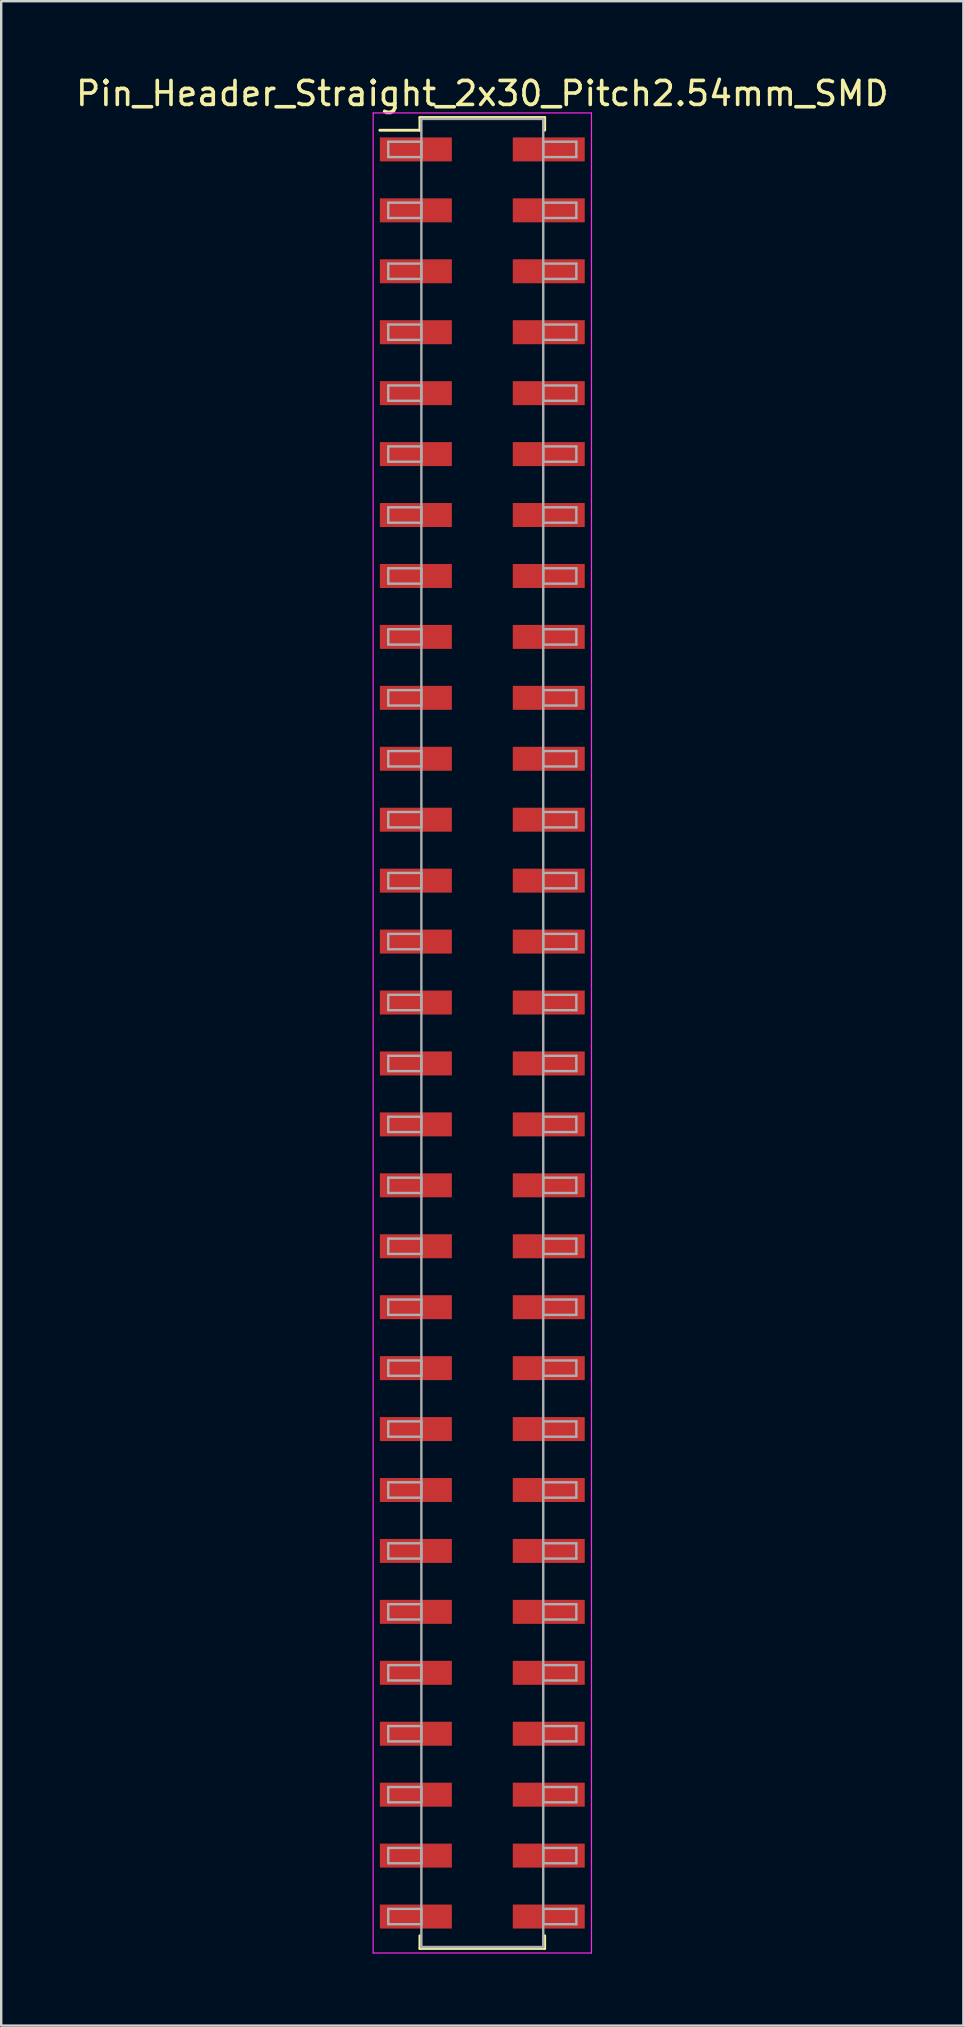
<source format=kicad_pcb>
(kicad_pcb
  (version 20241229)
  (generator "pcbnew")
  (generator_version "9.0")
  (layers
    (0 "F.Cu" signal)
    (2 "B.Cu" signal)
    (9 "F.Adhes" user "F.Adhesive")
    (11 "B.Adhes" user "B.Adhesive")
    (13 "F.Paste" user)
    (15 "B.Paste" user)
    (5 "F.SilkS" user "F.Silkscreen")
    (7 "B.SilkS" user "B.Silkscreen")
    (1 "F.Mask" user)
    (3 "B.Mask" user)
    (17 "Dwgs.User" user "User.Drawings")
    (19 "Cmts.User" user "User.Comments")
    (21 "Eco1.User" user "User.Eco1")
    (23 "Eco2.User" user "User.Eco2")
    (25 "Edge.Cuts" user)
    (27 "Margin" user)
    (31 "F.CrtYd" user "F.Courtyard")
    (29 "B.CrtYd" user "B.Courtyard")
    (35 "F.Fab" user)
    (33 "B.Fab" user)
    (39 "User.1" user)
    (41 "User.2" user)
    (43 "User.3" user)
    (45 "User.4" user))
  (footprint "Pin_Header_Straight_2x30_Pitch2.54mm_SMD"
    (layer "F.Cu")
    (at 17.054 40.008)
    (property "Reference" "Pin_Header_Straight_2x30_Pitch2.54mm_SMD" (at 0 -39.16 0) (layer "F.SilkS") (effects (font (size 1 1) (thickness 0.15))))
    (attr smd)
    (fp_line (start -4.27 -37.63) (end -2.6 -37.63) (stroke (width 0.12) (type solid)) (layer "F.SilkS"))
    (fp_line (start -2.6 -38.16) (end 2.6 -38.16) (stroke (width 0.12) (type solid)) (layer "F.SilkS"))
    (fp_line (start -2.6 -37.63) (end -2.6 -38.16) (stroke (width 0.12) (type solid)) (layer "F.SilkS"))
    (fp_line (start -2.6 37.63) (end -2.6 38.16) (stroke (width 0.12) (type solid)) (layer "F.SilkS"))
    (fp_line (start -2.6 38.16) (end 2.6 38.16) (stroke (width 0.12) (type solid)) (layer "F.SilkS"))
    (fp_line (start 2.6 -38.16) (end 2.6 -37.63) (stroke (width 0.12) (type solid)) (layer "F.SilkS"))
    (fp_line (start 2.6 38.16) (end 2.6 37.63) (stroke (width 0.12) (type solid)) (layer "F.SilkS"))
    (fp_line (start -4.55 -38.35) (end -4.55 38.35) (stroke (width 0.05) (type solid)) (layer "F.CrtYd"))
    (fp_line (start -4.55 38.35) (end 4.55 38.35) (stroke (width 0.05) (type solid)) (layer "F.CrtYd"))
    (fp_line (start 4.55 -38.35) (end -4.55 -38.35) (stroke (width 0.05) (type solid)) (layer "F.CrtYd"))
    (fp_line (start 4.55 38.35) (end 4.55 -38.35) (stroke (width 0.05) (type solid)) (layer "F.CrtYd"))
    (fp_line (start -3.92 -37.15) (end -2.54 -37.15) (stroke (width 0.1) (type solid)) (layer "F.Fab"))
    (fp_line (start -3.92 -36.51) (end -3.92 -37.15) (stroke (width 0.1) (type solid)) (layer "F.Fab"))
    (fp_line (start -3.92 -34.61) (end -2.54 -34.61) (stroke (width 0.1) (type solid)) (layer "F.Fab"))
    (fp_line (start -3.92 -33.97) (end -3.92 -34.61) (stroke (width 0.1) (type solid)) (layer "F.Fab"))
    (fp_line (start -3.92 -32.07) (end -2.54 -32.07) (stroke (width 0.1) (type solid)) (layer "F.Fab"))
    (fp_line (start -3.92 -31.43) (end -3.92 -32.07) (stroke (width 0.1) (type solid)) (layer "F.Fab"))
    (fp_line (start -3.92 -29.53) (end -2.54 -29.53) (stroke (width 0.1) (type solid)) (layer "F.Fab"))
    (fp_line (start -3.92 -28.89) (end -3.92 -29.53) (stroke (width 0.1) (type solid)) (layer "F.Fab"))
    (fp_line (start -3.92 -26.99) (end -2.54 -26.99) (stroke (width 0.1) (type solid)) (layer "F.Fab"))
    (fp_line (start -3.92 -26.35) (end -3.92 -26.99) (stroke (width 0.1) (type solid)) (layer "F.Fab"))
    (fp_line (start -3.92 -24.45) (end -2.54 -24.45) (stroke (width 0.1) (type solid)) (layer "F.Fab"))
    (fp_line (start -3.92 -23.81) (end -3.92 -24.45) (stroke (width 0.1) (type solid)) (layer "F.Fab"))
    (fp_line (start -3.92 -21.91) (end -2.54 -21.91) (stroke (width 0.1) (type solid)) (layer "F.Fab"))
    (fp_line (start -3.92 -21.27) (end -3.92 -21.91) (stroke (width 0.1) (type solid)) (layer "F.Fab"))
    (fp_line (start -3.92 -19.37) (end -2.54 -19.37) (stroke (width 0.1) (type solid)) (layer "F.Fab"))
    (fp_line (start -3.92 -18.73) (end -3.92 -19.37) (stroke (width 0.1) (type solid)) (layer "F.Fab"))
    (fp_line (start -3.92 -16.83) (end -2.54 -16.83) (stroke (width 0.1) (type solid)) (layer "F.Fab"))
    (fp_line (start -3.92 -16.19) (end -3.92 -16.83) (stroke (width 0.1) (type solid)) (layer "F.Fab"))
    (fp_line (start -3.92 -14.29) (end -2.54 -14.29) (stroke (width 0.1) (type solid)) (layer "F.Fab"))
    (fp_line (start -3.92 -13.65) (end -3.92 -14.29) (stroke (width 0.1) (type solid)) (layer "F.Fab"))
    (fp_line (start -3.92 -11.75) (end -2.54 -11.75) (stroke (width 0.1) (type solid)) (layer "F.Fab"))
    (fp_line (start -3.92 -11.11) (end -3.92 -11.75) (stroke (width 0.1) (type solid)) (layer "F.Fab"))
    (fp_line (start -3.92 -9.21) (end -2.54 -9.21) (stroke (width 0.1) (type solid)) (layer "F.Fab"))
    (fp_line (start -3.92 -8.57) (end -3.92 -9.21) (stroke (width 0.1) (type solid)) (layer "F.Fab"))
    (fp_line (start -3.92 -6.67) (end -2.54 -6.67) (stroke (width 0.1) (type solid)) (layer "F.Fab"))
    (fp_line (start -3.92 -6.03) (end -3.92 -6.67) (stroke (width 0.1) (type solid)) (layer "F.Fab"))
    (fp_line (start -3.92 -4.13) (end -2.54 -4.13) (stroke (width 0.1) (type solid)) (layer "F.Fab"))
    (fp_line (start -3.92 -3.49) (end -3.92 -4.13) (stroke (width 0.1) (type solid)) (layer "F.Fab"))
    (fp_line (start -3.92 -1.59) (end -2.54 -1.59) (stroke (width 0.1) (type solid)) (layer "F.Fab"))
    (fp_line (start -3.92 -0.95) (end -3.92 -1.59) (stroke (width 0.1) (type solid)) (layer "F.Fab"))
    (fp_line (start -3.92 0.95) (end -2.54 0.95) (stroke (width 0.1) (type solid)) (layer "F.Fab"))
    (fp_line (start -3.92 1.59) (end -3.92 0.95) (stroke (width 0.1) (type solid)) (layer "F.Fab"))
    (fp_line (start -3.92 3.49) (end -2.54 3.49) (stroke (width 0.1) (type solid)) (layer "F.Fab"))
    (fp_line (start -3.92 4.13) (end -3.92 3.49) (stroke (width 0.1) (type solid)) (layer "F.Fab"))
    (fp_line (start -3.92 6.03) (end -2.54 6.03) (stroke (width 0.1) (type solid)) (layer "F.Fab"))
    (fp_line (start -3.92 6.67) (end -3.92 6.03) (stroke (width 0.1) (type solid)) (layer "F.Fab"))
    (fp_line (start -3.92 8.57) (end -2.54 8.57) (stroke (width 0.1) (type solid)) (layer "F.Fab"))
    (fp_line (start -3.92 9.21) (end -3.92 8.57) (stroke (width 0.1) (type solid)) (layer "F.Fab"))
    (fp_line (start -3.92 11.11) (end -2.54 11.11) (stroke (width 0.1) (type solid)) (layer "F.Fab"))
    (fp_line (start -3.92 11.75) (end -3.92 11.11) (stroke (width 0.1) (type solid)) (layer "F.Fab"))
    (fp_line (start -3.92 13.65) (end -2.54 13.65) (stroke (width 0.1) (type solid)) (layer "F.Fab"))
    (fp_line (start -3.92 14.29) (end -3.92 13.65) (stroke (width 0.1) (type solid)) (layer "F.Fab"))
    (fp_line (start -3.92 16.19) (end -2.54 16.19) (stroke (width 0.1) (type solid)) (layer "F.Fab"))
    (fp_line (start -3.92 16.83) (end -3.92 16.19) (stroke (width 0.1) (type solid)) (layer "F.Fab"))
    (fp_line (start -3.92 18.73) (end -2.54 18.73) (stroke (width 0.1) (type solid)) (layer "F.Fab"))
    (fp_line (start -3.92 19.37) (end -3.92 18.73) (stroke (width 0.1) (type solid)) (layer "F.Fab"))
    (fp_line (start -3.92 21.27) (end -2.54 21.27) (stroke (width 0.1) (type solid)) (layer "F.Fab"))
    (fp_line (start -3.92 21.91) (end -3.92 21.27) (stroke (width 0.1) (type solid)) (layer "F.Fab"))
    (fp_line (start -3.92 23.81) (end -2.54 23.81) (stroke (width 0.1) (type solid)) (layer "F.Fab"))
    (fp_line (start -3.92 24.45) (end -3.92 23.81) (stroke (width 0.1) (type solid)) (layer "F.Fab"))
    (fp_line (start -3.92 26.35) (end -2.54 26.35) (stroke (width 0.1) (type solid)) (layer "F.Fab"))
    (fp_line (start -3.92 26.99) (end -3.92 26.35) (stroke (width 0.1) (type solid)) (layer "F.Fab"))
    (fp_line (start -3.92 28.89) (end -2.54 28.89) (stroke (width 0.1) (type solid)) (layer "F.Fab"))
    (fp_line (start -3.92 29.53) (end -3.92 28.89) (stroke (width 0.1) (type solid)) (layer "F.Fab"))
    (fp_line (start -3.92 31.43) (end -2.54 31.43) (stroke (width 0.1) (type solid)) (layer "F.Fab"))
    (fp_line (start -3.92 32.07) (end -3.92 31.43) (stroke (width 0.1) (type solid)) (layer "F.Fab"))
    (fp_line (start -3.92 33.97) (end -2.54 33.97) (stroke (width 0.1) (type solid)) (layer "F.Fab"))
    (fp_line (start -3.92 34.61) (end -3.92 33.97) (stroke (width 0.1) (type solid)) (layer "F.Fab"))
    (fp_line (start -3.92 36.51) (end -2.54 36.51) (stroke (width 0.1) (type solid)) (layer "F.Fab"))
    (fp_line (start -3.92 37.15) (end -3.92 36.51) (stroke (width 0.1) (type solid)) (layer "F.Fab"))
    (fp_line (start -2.54 -38.1) (end -2.54 38.1) (stroke (width 0.1) (type solid)) (layer "F.Fab"))
    (fp_line (start -2.54 -37.15) (end -2.54 -36.51) (stroke (width 0.1) (type solid)) (layer "F.Fab"))
    (fp_line (start -2.54 -36.51) (end -3.92 -36.51) (stroke (width 0.1) (type solid)) (layer "F.Fab"))
    (fp_line (start -2.54 -34.61) (end -2.54 -33.97) (stroke (width 0.1) (type solid)) (layer "F.Fab"))
    (fp_line (start -2.54 -33.97) (end -3.92 -33.97) (stroke (width 0.1) (type solid)) (layer "F.Fab"))
    (fp_line (start -2.54 -32.07) (end -2.54 -31.43) (stroke (width 0.1) (type solid)) (layer "F.Fab"))
    (fp_line (start -2.54 -31.43) (end -3.92 -31.43) (stroke (width 0.1) (type solid)) (layer "F.Fab"))
    (fp_line (start -2.54 -29.53) (end -2.54 -28.89) (stroke (width 0.1) (type solid)) (layer "F.Fab"))
    (fp_line (start -2.54 -28.89) (end -3.92 -28.89) (stroke (width 0.1) (type solid)) (layer "F.Fab"))
    (fp_line (start -2.54 -26.99) (end -2.54 -26.35) (stroke (width 0.1) (type solid)) (layer "F.Fab"))
    (fp_line (start -2.54 -26.35) (end -3.92 -26.35) (stroke (width 0.1) (type solid)) (layer "F.Fab"))
    (fp_line (start -2.54 -24.45) (end -2.54 -23.81) (stroke (width 0.1) (type solid)) (layer "F.Fab"))
    (fp_line (start -2.54 -23.81) (end -3.92 -23.81) (stroke (width 0.1) (type solid)) (layer "F.Fab"))
    (fp_line (start -2.54 -21.91) (end -2.54 -21.27) (stroke (width 0.1) (type solid)) (layer "F.Fab"))
    (fp_line (start -2.54 -21.27) (end -3.92 -21.27) (stroke (width 0.1) (type solid)) (layer "F.Fab"))
    (fp_line (start -2.54 -19.37) (end -2.54 -18.73) (stroke (width 0.1) (type solid)) (layer "F.Fab"))
    (fp_line (start -2.54 -18.73) (end -3.92 -18.73) (stroke (width 0.1) (type solid)) (layer "F.Fab"))
    (fp_line (start -2.54 -16.83) (end -2.54 -16.19) (stroke (width 0.1) (type solid)) (layer "F.Fab"))
    (fp_line (start -2.54 -16.19) (end -3.92 -16.19) (stroke (width 0.1) (type solid)) (layer "F.Fab"))
    (fp_line (start -2.54 -14.29) (end -2.54 -13.65) (stroke (width 0.1) (type solid)) (layer "F.Fab"))
    (fp_line (start -2.54 -13.65) (end -3.92 -13.65) (stroke (width 0.1) (type solid)) (layer "F.Fab"))
    (fp_line (start -2.54 -11.75) (end -2.54 -11.11) (stroke (width 0.1) (type solid)) (layer "F.Fab"))
    (fp_line (start -2.54 -11.11) (end -3.92 -11.11) (stroke (width 0.1) (type solid)) (layer "F.Fab"))
    (fp_line (start -2.54 -9.21) (end -2.54 -8.57) (stroke (width 0.1) (type solid)) (layer "F.Fab"))
    (fp_line (start -2.54 -8.57) (end -3.92 -8.57) (stroke (width 0.1) (type solid)) (layer "F.Fab"))
    (fp_line (start -2.54 -6.67) (end -2.54 -6.03) (stroke (width 0.1) (type solid)) (layer "F.Fab"))
    (fp_line (start -2.54 -6.03) (end -3.92 -6.03) (stroke (width 0.1) (type solid)) (layer "F.Fab"))
    (fp_line (start -2.54 -4.13) (end -2.54 -3.49) (stroke (width 0.1) (type solid)) (layer "F.Fab"))
    (fp_line (start -2.54 -3.49) (end -3.92 -3.49) (stroke (width 0.1) (type solid)) (layer "F.Fab"))
    (fp_line (start -2.54 -1.59) (end -2.54 -0.95) (stroke (width 0.1) (type solid)) (layer "F.Fab"))
    (fp_line (start -2.54 -0.95) (end -3.92 -0.95) (stroke (width 0.1) (type solid)) (layer "F.Fab"))
    (fp_line (start -2.54 0.95) (end -2.54 1.59) (stroke (width 0.1) (type solid)) (layer "F.Fab"))
    (fp_line (start -2.54 1.59) (end -3.92 1.59) (stroke (width 0.1) (type solid)) (layer "F.Fab"))
    (fp_line (start -2.54 3.49) (end -2.54 4.13) (stroke (width 0.1) (type solid)) (layer "F.Fab"))
    (fp_line (start -2.54 4.13) (end -3.92 4.13) (stroke (width 0.1) (type solid)) (layer "F.Fab"))
    (fp_line (start -2.54 6.03) (end -2.54 6.67) (stroke (width 0.1) (type solid)) (layer "F.Fab"))
    (fp_line (start -2.54 6.67) (end -3.92 6.67) (stroke (width 0.1) (type solid)) (layer "F.Fab"))
    (fp_line (start -2.54 8.57) (end -2.54 9.21) (stroke (width 0.1) (type solid)) (layer "F.Fab"))
    (fp_line (start -2.54 9.21) (end -3.92 9.21) (stroke (width 0.1) (type solid)) (layer "F.Fab"))
    (fp_line (start -2.54 11.11) (end -2.54 11.75) (stroke (width 0.1) (type solid)) (layer "F.Fab"))
    (fp_line (start -2.54 11.75) (end -3.92 11.75) (stroke (width 0.1) (type solid)) (layer "F.Fab"))
    (fp_line (start -2.54 13.65) (end -2.54 14.29) (stroke (width 0.1) (type solid)) (layer "F.Fab"))
    (fp_line (start -2.54 14.29) (end -3.92 14.29) (stroke (width 0.1) (type solid)) (layer "F.Fab"))
    (fp_line (start -2.54 16.19) (end -2.54 16.83) (stroke (width 0.1) (type solid)) (layer "F.Fab"))
    (fp_line (start -2.54 16.83) (end -3.92 16.83) (stroke (width 0.1) (type solid)) (layer "F.Fab"))
    (fp_line (start -2.54 18.73) (end -2.54 19.37) (stroke (width 0.1) (type solid)) (layer "F.Fab"))
    (fp_line (start -2.54 19.37) (end -3.92 19.37) (stroke (width 0.1) (type solid)) (layer "F.Fab"))
    (fp_line (start -2.54 21.27) (end -2.54 21.91) (stroke (width 0.1) (type solid)) (layer "F.Fab"))
    (fp_line (start -2.54 21.91) (end -3.92 21.91) (stroke (width 0.1) (type solid)) (layer "F.Fab"))
    (fp_line (start -2.54 23.81) (end -2.54 24.45) (stroke (width 0.1) (type solid)) (layer "F.Fab"))
    (fp_line (start -2.54 24.45) (end -3.92 24.45) (stroke (width 0.1) (type solid)) (layer "F.Fab"))
    (fp_line (start -2.54 26.35) (end -2.54 26.99) (stroke (width 0.1) (type solid)) (layer "F.Fab"))
    (fp_line (start -2.54 26.99) (end -3.92 26.99) (stroke (width 0.1) (type solid)) (layer "F.Fab"))
    (fp_line (start -2.54 28.89) (end -2.54 29.53) (stroke (width 0.1) (type solid)) (layer "F.Fab"))
    (fp_line (start -2.54 29.53) (end -3.92 29.53) (stroke (width 0.1) (type solid)) (layer "F.Fab"))
    (fp_line (start -2.54 31.43) (end -2.54 32.07) (stroke (width 0.1) (type solid)) (layer "F.Fab"))
    (fp_line (start -2.54 32.07) (end -3.92 32.07) (stroke (width 0.1) (type solid)) (layer "F.Fab"))
    (fp_line (start -2.54 33.97) (end -2.54 34.61) (stroke (width 0.1) (type solid)) (layer "F.Fab"))
    (fp_line (start -2.54 34.61) (end -3.92 34.61) (stroke (width 0.1) (type solid)) (layer "F.Fab"))
    (fp_line (start -2.54 36.51) (end -2.54 37.15) (stroke (width 0.1) (type solid)) (layer "F.Fab"))
    (fp_line (start -2.54 37.15) (end -3.92 37.15) (stroke (width 0.1) (type solid)) (layer "F.Fab"))
    (fp_line (start -2.54 38.1) (end 2.54 38.1) (stroke (width 0.1) (type solid)) (layer "F.Fab"))
    (fp_line (start 2.54 -38.1) (end -2.54 -38.1) (stroke (width 0.1) (type solid)) (layer "F.Fab"))
    (fp_line (start 2.54 -37.15) (end 2.54 -36.51) (stroke (width 0.1) (type solid)) (layer "F.Fab"))
    (fp_line (start 2.54 -36.51) (end 3.92 -36.51) (stroke (width 0.1) (type solid)) (layer "F.Fab"))
    (fp_line (start 2.54 -34.61) (end 2.54 -33.97) (stroke (width 0.1) (type solid)) (layer "F.Fab"))
    (fp_line (start 2.54 -33.97) (end 3.92 -33.97) (stroke (width 0.1) (type solid)) (layer "F.Fab"))
    (fp_line (start 2.54 -32.07) (end 2.54 -31.43) (stroke (width 0.1) (type solid)) (layer "F.Fab"))
    (fp_line (start 2.54 -31.43) (end 3.92 -31.43) (stroke (width 0.1) (type solid)) (layer "F.Fab"))
    (fp_line (start 2.54 -29.53) (end 2.54 -28.89) (stroke (width 0.1) (type solid)) (layer "F.Fab"))
    (fp_line (start 2.54 -28.89) (end 3.92 -28.89) (stroke (width 0.1) (type solid)) (layer "F.Fab"))
    (fp_line (start 2.54 -26.99) (end 2.54 -26.35) (stroke (width 0.1) (type solid)) (layer "F.Fab"))
    (fp_line (start 2.54 -26.35) (end 3.92 -26.35) (stroke (width 0.1) (type solid)) (layer "F.Fab"))
    (fp_line (start 2.54 -24.45) (end 2.54 -23.81) (stroke (width 0.1) (type solid)) (layer "F.Fab"))
    (fp_line (start 2.54 -23.81) (end 3.92 -23.81) (stroke (width 0.1) (type solid)) (layer "F.Fab"))
    (fp_line (start 2.54 -21.91) (end 2.54 -21.27) (stroke (width 0.1) (type solid)) (layer "F.Fab"))
    (fp_line (start 2.54 -21.27) (end 3.92 -21.27) (stroke (width 0.1) (type solid)) (layer "F.Fab"))
    (fp_line (start 2.54 -19.37) (end 2.54 -18.73) (stroke (width 0.1) (type solid)) (layer "F.Fab"))
    (fp_line (start 2.54 -18.73) (end 3.92 -18.73) (stroke (width 0.1) (type solid)) (layer "F.Fab"))
    (fp_line (start 2.54 -16.83) (end 2.54 -16.19) (stroke (width 0.1) (type solid)) (layer "F.Fab"))
    (fp_line (start 2.54 -16.19) (end 3.92 -16.19) (stroke (width 0.1) (type solid)) (layer "F.Fab"))
    (fp_line (start 2.54 -14.29) (end 2.54 -13.65) (stroke (width 0.1) (type solid)) (layer "F.Fab"))
    (fp_line (start 2.54 -13.65) (end 3.92 -13.65) (stroke (width 0.1) (type solid)) (layer "F.Fab"))
    (fp_line (start 2.54 -11.75) (end 2.54 -11.11) (stroke (width 0.1) (type solid)) (layer "F.Fab"))
    (fp_line (start 2.54 -11.11) (end 3.92 -11.11) (stroke (width 0.1) (type solid)) (layer "F.Fab"))
    (fp_line (start 2.54 -9.21) (end 2.54 -8.57) (stroke (width 0.1) (type solid)) (layer "F.Fab"))
    (fp_line (start 2.54 -8.57) (end 3.92 -8.57) (stroke (width 0.1) (type solid)) (layer "F.Fab"))
    (fp_line (start 2.54 -6.67) (end 2.54 -6.03) (stroke (width 0.1) (type solid)) (layer "F.Fab"))
    (fp_line (start 2.54 -6.03) (end 3.92 -6.03) (stroke (width 0.1) (type solid)) (layer "F.Fab"))
    (fp_line (start 2.54 -4.13) (end 2.54 -3.49) (stroke (width 0.1) (type solid)) (layer "F.Fab"))
    (fp_line (start 2.54 -3.49) (end 3.92 -3.49) (stroke (width 0.1) (type solid)) (layer "F.Fab"))
    (fp_line (start 2.54 -1.59) (end 2.54 -0.95) (stroke (width 0.1) (type solid)) (layer "F.Fab"))
    (fp_line (start 2.54 -0.95) (end 3.92 -0.95) (stroke (width 0.1) (type solid)) (layer "F.Fab"))
    (fp_line (start 2.54 0.95) (end 2.54 1.59) (stroke (width 0.1) (type solid)) (layer "F.Fab"))
    (fp_line (start 2.54 1.59) (end 3.92 1.59) (stroke (width 0.1) (type solid)) (layer "F.Fab"))
    (fp_line (start 2.54 3.49) (end 2.54 4.13) (stroke (width 0.1) (type solid)) (layer "F.Fab"))
    (fp_line (start 2.54 4.13) (end 3.92 4.13) (stroke (width 0.1) (type solid)) (layer "F.Fab"))
    (fp_line (start 2.54 6.03) (end 2.54 6.67) (stroke (width 0.1) (type solid)) (layer "F.Fab"))
    (fp_line (start 2.54 6.67) (end 3.92 6.67) (stroke (width 0.1) (type solid)) (layer "F.Fab"))
    (fp_line (start 2.54 8.57) (end 2.54 9.21) (stroke (width 0.1) (type solid)) (layer "F.Fab"))
    (fp_line (start 2.54 9.21) (end 3.92 9.21) (stroke (width 0.1) (type solid)) (layer "F.Fab"))
    (fp_line (start 2.54 11.11) (end 2.54 11.75) (stroke (width 0.1) (type solid)) (layer "F.Fab"))
    (fp_line (start 2.54 11.75) (end 3.92 11.75) (stroke (width 0.1) (type solid)) (layer "F.Fab"))
    (fp_line (start 2.54 13.65) (end 2.54 14.29) (stroke (width 0.1) (type solid)) (layer "F.Fab"))
    (fp_line (start 2.54 14.29) (end 3.92 14.29) (stroke (width 0.1) (type solid)) (layer "F.Fab"))
    (fp_line (start 2.54 16.19) (end 2.54 16.83) (stroke (width 0.1) (type solid)) (layer "F.Fab"))
    (fp_line (start 2.54 16.83) (end 3.92 16.83) (stroke (width 0.1) (type solid)) (layer "F.Fab"))
    (fp_line (start 2.54 18.73) (end 2.54 19.37) (stroke (width 0.1) (type solid)) (layer "F.Fab"))
    (fp_line (start 2.54 19.37) (end 3.92 19.37) (stroke (width 0.1) (type solid)) (layer "F.Fab"))
    (fp_line (start 2.54 21.27) (end 2.54 21.91) (stroke (width 0.1) (type solid)) (layer "F.Fab"))
    (fp_line (start 2.54 21.91) (end 3.92 21.91) (stroke (width 0.1) (type solid)) (layer "F.Fab"))
    (fp_line (start 2.54 23.81) (end 2.54 24.45) (stroke (width 0.1) (type solid)) (layer "F.Fab"))
    (fp_line (start 2.54 24.45) (end 3.92 24.45) (stroke (width 0.1) (type solid)) (layer "F.Fab"))
    (fp_line (start 2.54 26.35) (end 2.54 26.99) (stroke (width 0.1) (type solid)) (layer "F.Fab"))
    (fp_line (start 2.54 26.99) (end 3.92 26.99) (stroke (width 0.1) (type solid)) (layer "F.Fab"))
    (fp_line (start 2.54 28.89) (end 2.54 29.53) (stroke (width 0.1) (type solid)) (layer "F.Fab"))
    (fp_line (start 2.54 29.53) (end 3.92 29.53) (stroke (width 0.1) (type solid)) (layer "F.Fab"))
    (fp_line (start 2.54 31.43) (end 2.54 32.07) (stroke (width 0.1) (type solid)) (layer "F.Fab"))
    (fp_line (start 2.54 32.07) (end 3.92 32.07) (stroke (width 0.1) (type solid)) (layer "F.Fab"))
    (fp_line (start 2.54 33.97) (end 2.54 34.61) (stroke (width 0.1) (type solid)) (layer "F.Fab"))
    (fp_line (start 2.54 34.61) (end 3.92 34.61) (stroke (width 0.1) (type solid)) (layer "F.Fab"))
    (fp_line (start 2.54 36.51) (end 2.54 37.15) (stroke (width 0.1) (type solid)) (layer "F.Fab"))
    (fp_line (start 2.54 37.15) (end 3.92 37.15) (stroke (width 0.1) (type solid)) (layer "F.Fab"))
    (fp_line (start 2.54 38.1) (end 2.54 -38.1) (stroke (width 0.1) (type solid)) (layer "F.Fab"))
    (fp_line (start 3.92 -37.15) (end 2.54 -37.15) (stroke (width 0.1) (type solid)) (layer "F.Fab"))
    (fp_line (start 3.92 -36.51) (end 3.92 -37.15) (stroke (width 0.1) (type solid)) (layer "F.Fab"))
    (fp_line (start 3.92 -34.61) (end 2.54 -34.61) (stroke (width 0.1) (type solid)) (layer "F.Fab"))
    (fp_line (start 3.92 -33.97) (end 3.92 -34.61) (stroke (width 0.1) (type solid)) (layer "F.Fab"))
    (fp_line (start 3.92 -32.07) (end 2.54 -32.07) (stroke (width 0.1) (type solid)) (layer "F.Fab"))
    (fp_line (start 3.92 -31.43) (end 3.92 -32.07) (stroke (width 0.1) (type solid)) (layer "F.Fab"))
    (fp_line (start 3.92 -29.53) (end 2.54 -29.53) (stroke (width 0.1) (type solid)) (layer "F.Fab"))
    (fp_line (start 3.92 -28.89) (end 3.92 -29.53) (stroke (width 0.1) (type solid)) (layer "F.Fab"))
    (fp_line (start 3.92 -26.99) (end 2.54 -26.99) (stroke (width 0.1) (type solid)) (layer "F.Fab"))
    (fp_line (start 3.92 -26.35) (end 3.92 -26.99) (stroke (width 0.1) (type solid)) (layer "F.Fab"))
    (fp_line (start 3.92 -24.45) (end 2.54 -24.45) (stroke (width 0.1) (type solid)) (layer "F.Fab"))
    (fp_line (start 3.92 -23.81) (end 3.92 -24.45) (stroke (width 0.1) (type solid)) (layer "F.Fab"))
    (fp_line (start 3.92 -21.91) (end 2.54 -21.91) (stroke (width 0.1) (type solid)) (layer "F.Fab"))
    (fp_line (start 3.92 -21.27) (end 3.92 -21.91) (stroke (width 0.1) (type solid)) (layer "F.Fab"))
    (fp_line (start 3.92 -19.37) (end 2.54 -19.37) (stroke (width 0.1) (type solid)) (layer "F.Fab"))
    (fp_line (start 3.92 -18.73) (end 3.92 -19.37) (stroke (width 0.1) (type solid)) (layer "F.Fab"))
    (fp_line (start 3.92 -16.83) (end 2.54 -16.83) (stroke (width 0.1) (type solid)) (layer "F.Fab"))
    (fp_line (start 3.92 -16.19) (end 3.92 -16.83) (stroke (width 0.1) (type solid)) (layer "F.Fab"))
    (fp_line (start 3.92 -14.29) (end 2.54 -14.29) (stroke (width 0.1) (type solid)) (layer "F.Fab"))
    (fp_line (start 3.92 -13.65) (end 3.92 -14.29) (stroke (width 0.1) (type solid)) (layer "F.Fab"))
    (fp_line (start 3.92 -11.75) (end 2.54 -11.75) (stroke (width 0.1) (type solid)) (layer "F.Fab"))
    (fp_line (start 3.92 -11.11) (end 3.92 -11.75) (stroke (width 0.1) (type solid)) (layer "F.Fab"))
    (fp_line (start 3.92 -9.21) (end 2.54 -9.21) (stroke (width 0.1) (type solid)) (layer "F.Fab"))
    (fp_line (start 3.92 -8.57) (end 3.92 -9.21) (stroke (width 0.1) (type solid)) (layer "F.Fab"))
    (fp_line (start 3.92 -6.67) (end 2.54 -6.67) (stroke (width 0.1) (type solid)) (layer "F.Fab"))
    (fp_line (start 3.92 -6.03) (end 3.92 -6.67) (stroke (width 0.1) (type solid)) (layer "F.Fab"))
    (fp_line (start 3.92 -4.13) (end 2.54 -4.13) (stroke (width 0.1) (type solid)) (layer "F.Fab"))
    (fp_line (start 3.92 -3.49) (end 3.92 -4.13) (stroke (width 0.1) (type solid)) (layer "F.Fab"))
    (fp_line (start 3.92 -1.59) (end 2.54 -1.59) (stroke (width 0.1) (type solid)) (layer "F.Fab"))
    (fp_line (start 3.92 -0.95) (end 3.92 -1.59) (stroke (width 0.1) (type solid)) (layer "F.Fab"))
    (fp_line (start 3.92 0.95) (end 2.54 0.95) (stroke (width 0.1) (type solid)) (layer "F.Fab"))
    (fp_line (start 3.92 1.59) (end 3.92 0.95) (stroke (width 0.1) (type solid)) (layer "F.Fab"))
    (fp_line (start 3.92 3.49) (end 2.54 3.49) (stroke (width 0.1) (type solid)) (layer "F.Fab"))
    (fp_line (start 3.92 4.13) (end 3.92 3.49) (stroke (width 0.1) (type solid)) (layer "F.Fab"))
    (fp_line (start 3.92 6.03) (end 2.54 6.03) (stroke (width 0.1) (type solid)) (layer "F.Fab"))
    (fp_line (start 3.92 6.67) (end 3.92 6.03) (stroke (width 0.1) (type solid)) (layer "F.Fab"))
    (fp_line (start 3.92 8.57) (end 2.54 8.57) (stroke (width 0.1) (type solid)) (layer "F.Fab"))
    (fp_line (start 3.92 9.21) (end 3.92 8.57) (stroke (width 0.1) (type solid)) (layer "F.Fab"))
    (fp_line (start 3.92 11.11) (end 2.54 11.11) (stroke (width 0.1) (type solid)) (layer "F.Fab"))
    (fp_line (start 3.92 11.75) (end 3.92 11.11) (stroke (width 0.1) (type solid)) (layer "F.Fab"))
    (fp_line (start 3.92 13.65) (end 2.54 13.65) (stroke (width 0.1) (type solid)) (layer "F.Fab"))
    (fp_line (start 3.92 14.29) (end 3.92 13.65) (stroke (width 0.1) (type solid)) (layer "F.Fab"))
    (fp_line (start 3.92 16.19) (end 2.54 16.19) (stroke (width 0.1) (type solid)) (layer "F.Fab"))
    (fp_line (start 3.92 16.83) (end 3.92 16.19) (stroke (width 0.1) (type solid)) (layer "F.Fab"))
    (fp_line (start 3.92 18.73) (end 2.54 18.73) (stroke (width 0.1) (type solid)) (layer "F.Fab"))
    (fp_line (start 3.92 19.37) (end 3.92 18.73) (stroke (width 0.1) (type solid)) (layer "F.Fab"))
    (fp_line (start 3.92 21.27) (end 2.54 21.27) (stroke (width 0.1) (type solid)) (layer "F.Fab"))
    (fp_line (start 3.92 21.91) (end 3.92 21.27) (stroke (width 0.1) (type solid)) (layer "F.Fab"))
    (fp_line (start 3.92 23.81) (end 2.54 23.81) (stroke (width 0.1) (type solid)) (layer "F.Fab"))
    (fp_line (start 3.92 24.45) (end 3.92 23.81) (stroke (width 0.1) (type solid)) (layer "F.Fab"))
    (fp_line (start 3.92 26.35) (end 2.54 26.35) (stroke (width 0.1) (type solid)) (layer "F.Fab"))
    (fp_line (start 3.92 26.99) (end 3.92 26.35) (stroke (width 0.1) (type solid)) (layer "F.Fab"))
    (fp_line (start 3.92 28.89) (end 2.54 28.89) (stroke (width 0.1) (type solid)) (layer "F.Fab"))
    (fp_line (start 3.92 29.53) (end 3.92 28.89) (stroke (width 0.1) (type solid)) (layer "F.Fab"))
    (fp_line (start 3.92 31.43) (end 2.54 31.43) (stroke (width 0.1) (type solid)) (layer "F.Fab"))
    (fp_line (start 3.92 32.07) (end 3.92 31.43) (stroke (width 0.1) (type solid)) (layer "F.Fab"))
    (fp_line (start 3.92 33.97) (end 2.54 33.97) (stroke (width 0.1) (type solid)) (layer "F.Fab"))
    (fp_line (start 3.92 34.61) (end 3.92 33.97) (stroke (width 0.1) (type solid)) (layer "F.Fab"))
    (fp_line (start 3.92 36.51) (end 2.54 36.51) (stroke (width 0.1) (type solid)) (layer "F.Fab"))
    (fp_line (start 3.92 37.15) (end 3.92 36.51) (stroke (width 0.1) (type solid)) (layer "F.Fab"))
    (pad "1" smd rect (at -2.77 -36.83) (size 3 1) (layers "F.Cu" "F.Mask"))
    (pad "2" smd rect (at 2.77 -36.83) (size 3 1) (layers "F.Cu" "F.Mask"))
    (pad "3" smd rect (at -2.77 -34.29) (size 3 1) (layers "F.Cu" "F.Mask"))
    (pad "4" smd rect (at 2.77 -34.29) (size 3 1) (layers "F.Cu" "F.Mask"))
    (pad "5" smd rect (at -2.77 -31.75) (size 3 1) (layers "F.Cu" "F.Mask"))
    (pad "6" smd rect (at 2.77 -31.75) (size 3 1) (layers "F.Cu" "F.Mask"))
    (pad "7" smd rect (at -2.77 -29.21) (size 3 1) (layers "F.Cu" "F.Mask"))
    (pad "8" smd rect (at 2.77 -29.21) (size 3 1) (layers "F.Cu" "F.Mask"))
    (pad "9" smd rect (at -2.77 -26.67) (size 3 1) (layers "F.Cu" "F.Mask"))
    (pad "10" smd rect (at 2.77 -26.67) (size 3 1) (layers "F.Cu" "F.Mask"))
    (pad "11" smd rect (at -2.77 -24.13) (size 3 1) (layers "F.Cu" "F.Mask"))
    (pad "12" smd rect (at 2.77 -24.13) (size 3 1) (layers "F.Cu" "F.Mask"))
    (pad "13" smd rect (at -2.77 -21.59) (size 3 1) (layers "F.Cu" "F.Mask"))
    (pad "14" smd rect (at 2.77 -21.59) (size 3 1) (layers "F.Cu" "F.Mask"))
    (pad "15" smd rect (at -2.77 -19.05) (size 3 1) (layers "F.Cu" "F.Mask"))
    (pad "16" smd rect (at 2.77 -19.05) (size 3 1) (layers "F.Cu" "F.Mask"))
    (pad "17" smd rect (at -2.77 -16.51) (size 3 1) (layers "F.Cu" "F.Mask"))
    (pad "18" smd rect (at 2.77 -16.51) (size 3 1) (layers "F.Cu" "F.Mask"))
    (pad "19" smd rect (at -2.77 -13.97) (size 3 1) (layers "F.Cu" "F.Mask"))
    (pad "20" smd rect (at 2.77 -13.97) (size 3 1) (layers "F.Cu" "F.Mask"))
    (pad "21" smd rect (at -2.77 -11.43) (size 3 1) (layers "F.Cu" "F.Mask"))
    (pad "22" smd rect (at 2.77 -11.43) (size 3 1) (layers "F.Cu" "F.Mask"))
    (pad "23" smd rect (at -2.77 -8.89) (size 3 1) (layers "F.Cu" "F.Mask"))
    (pad "24" smd rect (at 2.77 -8.89) (size 3 1) (layers "F.Cu" "F.Mask"))
    (pad "25" smd rect (at -2.77 -6.35) (size 3 1) (layers "F.Cu" "F.Mask"))
    (pad "26" smd rect (at 2.77 -6.35) (size 3 1) (layers "F.Cu" "F.Mask"))
    (pad "27" smd rect (at -2.77 -3.81) (size 3 1) (layers "F.Cu" "F.Mask"))
    (pad "28" smd rect (at 2.77 -3.81) (size 3 1) (layers "F.Cu" "F.Mask"))
    (pad "29" smd rect (at -2.77 -1.27) (size 3 1) (layers "F.Cu" "F.Mask"))
    (pad "30" smd rect (at 2.77 -1.27) (size 3 1) (layers "F.Cu" "F.Mask"))
    (pad "31" smd rect (at -2.77 1.27) (size 3 1) (layers "F.Cu" "F.Mask"))
    (pad "32" smd rect (at 2.77 1.27) (size 3 1) (layers "F.Cu" "F.Mask"))
    (pad "33" smd rect (at -2.77 3.81) (size 3 1) (layers "F.Cu" "F.Mask"))
    (pad "34" smd rect (at 2.77 3.81) (size 3 1) (layers "F.Cu" "F.Mask"))
    (pad "35" smd rect (at -2.77 6.35) (size 3 1) (layers "F.Cu" "F.Mask"))
    (pad "36" smd rect (at 2.77 6.35) (size 3 1) (layers "F.Cu" "F.Mask"))
    (pad "37" smd rect (at -2.77 8.89) (size 3 1) (layers "F.Cu" "F.Mask"))
    (pad "38" smd rect (at 2.77 8.89) (size 3 1) (layers "F.Cu" "F.Mask"))
    (pad "39" smd rect (at -2.77 11.43) (size 3 1) (layers "F.Cu" "F.Mask"))
    (pad "40" smd rect (at 2.77 11.43) (size 3 1) (layers "F.Cu" "F.Mask"))
    (pad "41" smd rect (at -2.77 13.97) (size 3 1) (layers "F.Cu" "F.Mask"))
    (pad "42" smd rect (at 2.77 13.97) (size 3 1) (layers "F.Cu" "F.Mask"))
    (pad "43" smd rect (at -2.77 16.51) (size 3 1) (layers "F.Cu" "F.Mask"))
    (pad "44" smd rect (at 2.77 16.51) (size 3 1) (layers "F.Cu" "F.Mask"))
    (pad "45" smd rect (at -2.77 19.05) (size 3 1) (layers "F.Cu" "F.Mask"))
    (pad "46" smd rect (at 2.77 19.05) (size 3 1) (layers "F.Cu" "F.Mask"))
    (pad "47" smd rect (at -2.77 21.59) (size 3 1) (layers "F.Cu" "F.Mask"))
    (pad "48" smd rect (at 2.77 21.59) (size 3 1) (layers "F.Cu" "F.Mask"))
    (pad "49" smd rect (at -2.77 24.13) (size 3 1) (layers "F.Cu" "F.Mask"))
    (pad "50" smd rect (at 2.77 24.13) (size 3 1) (layers "F.Cu" "F.Mask"))
    (pad "51" smd rect (at -2.77 26.67) (size 3 1) (layers "F.Cu" "F.Mask"))
    (pad "52" smd rect (at 2.77 26.67) (size 3 1) (layers "F.Cu" "F.Mask"))
    (pad "53" smd rect (at -2.77 29.21) (size 3 1) (layers "F.Cu" "F.Mask"))
    (pad "54" smd rect (at 2.77 29.21) (size 3 1) (layers "F.Cu" "F.Mask"))
    (pad "55" smd rect (at -2.77 31.75) (size 3 1) (layers "F.Cu" "F.Mask"))
    (pad "56" smd rect (at 2.77 31.75) (size 3 1) (layers "F.Cu" "F.Mask"))
    (pad "57" smd rect (at -2.77 34.29) (size 3 1) (layers "F.Cu" "F.Mask"))
    (pad "58" smd rect (at 2.77 34.29) (size 3 1) (layers "F.Cu" "F.Mask"))
    (pad "59" smd rect (at -2.77 36.83) (size 3 1) (layers "F.Cu" "F.Mask"))
    (pad "60" smd rect (at 2.77 36.83) (size 3 1) (layers "F.Cu" "F.Mask")))
  (gr_rect
    (start -3 -3)
    (end 37.107 81.383)
    (stroke (width 0.1) (type default))
    (fill no)
    (layer "Edge.Cuts")))
</source>
